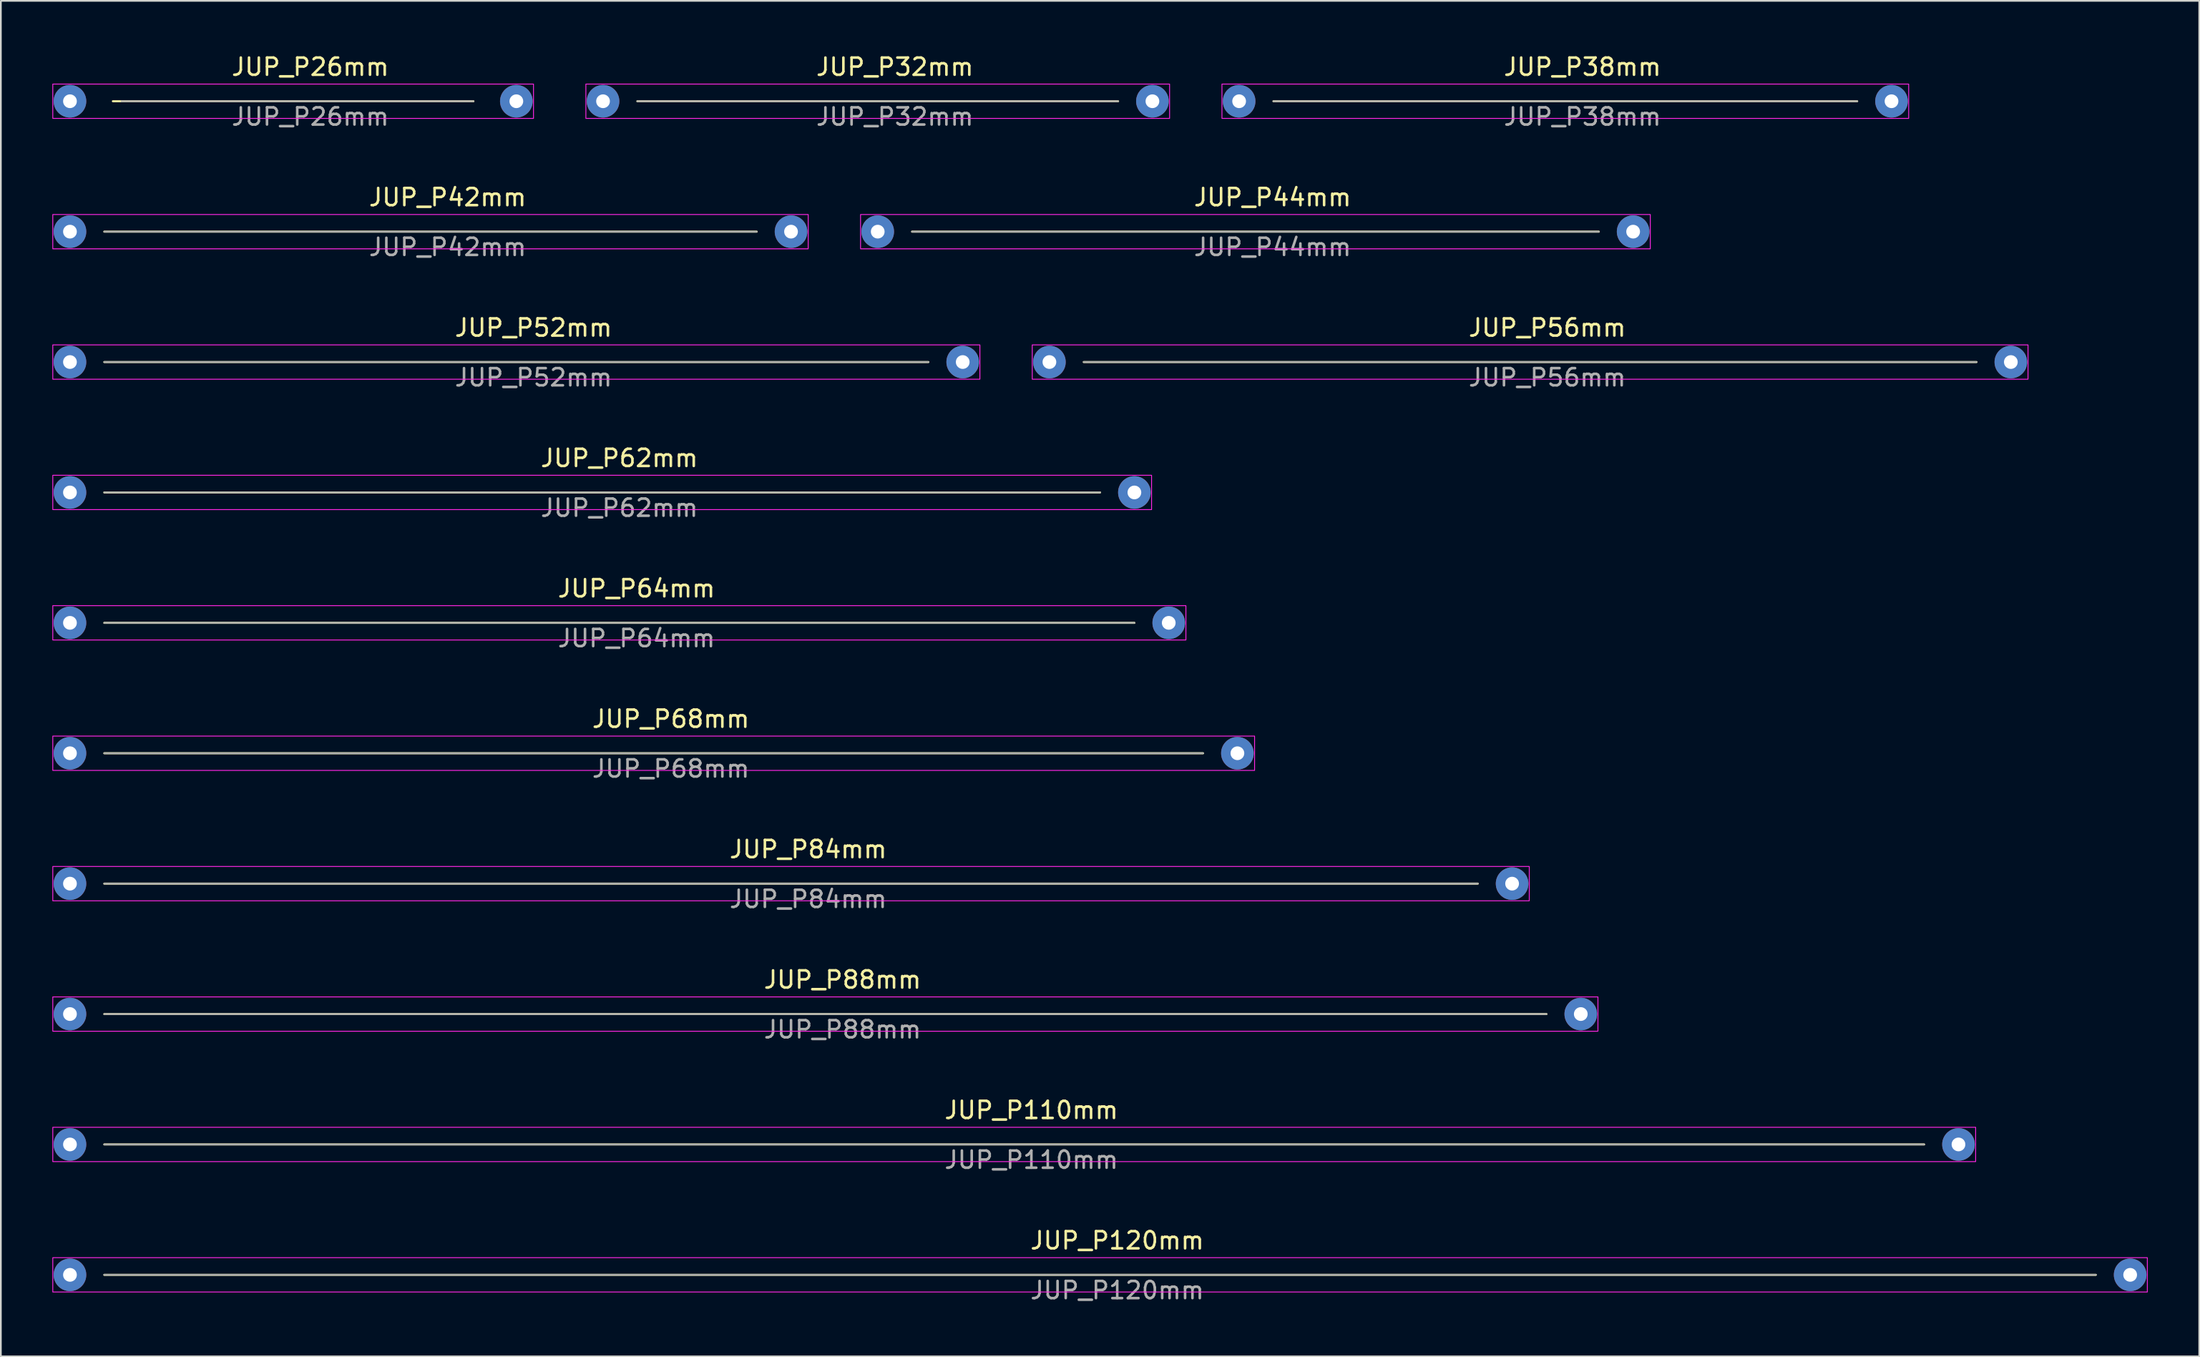
<source format=kicad_pcb>
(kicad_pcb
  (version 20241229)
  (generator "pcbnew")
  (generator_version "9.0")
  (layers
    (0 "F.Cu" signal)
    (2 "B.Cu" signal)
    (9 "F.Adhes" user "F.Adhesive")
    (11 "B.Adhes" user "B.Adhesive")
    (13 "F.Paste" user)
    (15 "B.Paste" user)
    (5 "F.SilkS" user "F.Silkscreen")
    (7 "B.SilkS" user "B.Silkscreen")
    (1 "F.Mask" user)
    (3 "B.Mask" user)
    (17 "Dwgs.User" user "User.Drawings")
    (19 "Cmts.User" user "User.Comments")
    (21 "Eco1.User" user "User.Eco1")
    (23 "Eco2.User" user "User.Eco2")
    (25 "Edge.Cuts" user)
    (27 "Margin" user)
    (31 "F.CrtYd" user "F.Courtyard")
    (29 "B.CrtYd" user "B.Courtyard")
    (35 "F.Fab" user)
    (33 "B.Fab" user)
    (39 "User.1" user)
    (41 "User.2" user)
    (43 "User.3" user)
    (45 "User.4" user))
  (footprint "JUP_P84mm"
    (layer "F.Cu")
    (at 43.025 48.427)
    (property "Reference" "JUP_P84mm" (at 1 -2 0) (unlocked yes) (layer "F.SilkS") (effects (font (size 1 1) (thickness 0.15))))
    (attr through_hole)
    (fp_line (start -40 0) (end 40 0) (stroke (width 0.12) (type solid)) (layer "F.SilkS"))
    (fp_rect (start -43 -1) (end 43 1) (stroke (width 0.05) (type solid)) (fill no) (layer "F.CrtYd"))
    (fp_line (start -40 0) (end 40 0) (stroke (width 0.1) (type solid)) (layer "F.Fab"))
    (fp_text user "${REFERENCE}" (at 1 0.9 0) (unlocked yes) (layer "F.Fab") (effects (font (size 1 1) (thickness 0.15))))
    (pad "1" thru_hole circle (at -42 0) (size 1.9 1.9) (drill 0.8) (layers "*.Cu" "*.Mask"))
    (pad "2" thru_hole circle (at 42 0) (size 1.9 1.9) (drill 0.8) (layers "*.Cu" "*.Mask")))
  (footprint "JUP_P110mm"
    (layer "F.Cu")
    (at 56.025 63.62)
    (property "Reference" "JUP_P110mm" (at 1 -2 0) (unlocked yes) (layer "F.SilkS") (effects (font (size 1 1) (thickness 0.15))))
    (attr through_hole)
    (fp_line (start -53 0) (end 53 0) (stroke (width 0.12) (type solid)) (layer "F.SilkS"))
    (fp_rect (start -56 -1) (end 56 1) (stroke (width 0.05) (type solid)) (fill no) (layer "F.CrtYd"))
    (fp_line (start -53 0) (end 53 0) (stroke (width 0.1) (type solid)) (layer "F.Fab"))
    (fp_text user "${REFERENCE}" (at 1 0.9 0) (unlocked yes) (layer "F.Fab") (effects (font (size 1 1) (thickness 0.15))))
    (pad "1" thru_hole circle (at -55 0) (size 1.9 1.9) (drill 0.8) (layers "*.Cu" "*.Mask"))
    (pad "2" thru_hole circle (at 55 0) (size 1.9 1.9) (drill 0.8) (layers "*.Cu" "*.Mask")))
  (footprint "JUP_P52mm"
    (layer "F.Cu")
    (at 27.025 18.041)
    (property "Reference" "JUP_P52mm" (at 1 -2 0) (unlocked yes) (layer "F.SilkS") (effects (font (size 1 1) (thickness 0.15))))
    (attr through_hole)
    (fp_line (start -24 0) (end 24 0) (stroke (width 0.12) (type solid)) (layer "F.SilkS"))
    (fp_rect (start -27 -1) (end 27 1) (stroke (width 0.05) (type solid)) (fill no) (layer "F.CrtYd"))
    (fp_line (start -24 0) (end 24 0) (stroke (width 0.1) (type solid)) (layer "F.Fab"))
    (fp_text user "${REFERENCE}" (at 1 0.9 0) (unlocked yes) (layer "F.Fab") (effects (font (size 1 1) (thickness 0.15))))
    (pad "1" thru_hole circle (at -26 0) (size 1.9 1.9) (drill 0.8) (layers "*.Cu" "*.Mask"))
    (pad "2" thru_hole circle (at 26 0) (size 1.9 1.9) (drill 0.8) (layers "*.Cu" "*.Mask")))
  (footprint "JUP_P42mm"
    (layer "F.Cu")
    (at 22.025 10.445)
    (property "Reference" "JUP_P42mm" (at 1 -2 0) (unlocked yes) (layer "F.SilkS") (effects (font (size 1 1) (thickness 0.15))))
    (attr through_hole)
    (fp_line (start -19 0) (end 19 0) (stroke (width 0.12) (type solid)) (layer "F.SilkS"))
    (fp_rect (start -22 -1) (end 22 1) (stroke (width 0.05) (type solid)) (fill no) (layer "F.CrtYd"))
    (fp_line (start -19 0) (end 19 0) (stroke (width 0.1) (type solid)) (layer "F.Fab"))
    (fp_text user "${REFERENCE}" (at 1 0.9 0) (unlocked yes) (layer "F.Fab") (effects (font (size 1 1) (thickness 0.15))))
    (pad "1" thru_hole circle (at -21 0) (size 1.9 1.9) (drill 0.8) (layers "*.Cu" "*.Mask"))
    (pad "2" thru_hole circle (at 21 0) (size 1.9 1.9) (drill 0.8) (layers "*.Cu" "*.Mask")))
  (footprint "JUP_P68mm"
    (layer "F.Cu")
    (at 35.025 40.831)
    (property "Reference" "JUP_P68mm" (at 1 -2 0) (unlocked yes) (layer "F.SilkS") (effects (font (size 1 1) (thickness 0.15))))
    (attr through_hole)
    (fp_line (start -32 0) (end 32 0) (stroke (width 0.12) (type solid)) (layer "F.SilkS"))
    (fp_rect (start -35 -1) (end 35 1) (stroke (width 0.05) (type solid)) (fill no) (layer "F.CrtYd"))
    (fp_line (start -32 0) (end 32 0) (stroke (width 0.1) (type solid)) (layer "F.Fab"))
    (fp_text user "${REFERENCE}" (at 1 0.9 0) (unlocked yes) (layer "F.Fab") (effects (font (size 1 1) (thickness 0.15))))
    (pad "1" thru_hole circle (at -34 0) (size 1.9 1.9) (drill 0.8) (layers "*.Cu" "*.Mask"))
    (pad "2" thru_hole circle (at 34 0) (size 1.9 1.9) (drill 0.8) (layers "*.Cu" "*.Mask")))
  (footprint "JUP_P88mm"
    (layer "F.Cu")
    (at 45.025 56.024)
    (property "Reference" "JUP_P88mm" (at 1 -2 0) (unlocked yes) (layer "F.SilkS") (effects (font (size 1 1) (thickness 0.15))))
    (attr through_hole)
    (fp_line (start -42 0) (end 42 0) (stroke (width 0.12) (type solid)) (layer "F.SilkS"))
    (fp_rect (start -45 -1) (end 45 1) (stroke (width 0.05) (type solid)) (fill no) (layer "F.CrtYd"))
    (fp_line (start -42 0) (end 42 0) (stroke (width 0.1) (type solid)) (layer "F.Fab"))
    (fp_text user "${REFERENCE}" (at 1 0.9 0) (unlocked yes) (layer "F.Fab") (effects (font (size 1 1) (thickness 0.15))))
    (pad "1" thru_hole circle (at -44 0) (size 1.9 1.9) (drill 0.8) (layers "*.Cu" "*.Mask"))
    (pad "2" thru_hole circle (at 44 0) (size 1.9 1.9) (drill 0.8) (layers "*.Cu" "*.Mask")))
  (footprint "JUP_P38mm"
    (layer "F.Cu")
    (at 88.125 2.848)
    (property "Reference" "JUP_P38mm" (at 1 -2 0) (unlocked yes) (layer "F.SilkS") (effects (font (size 1 1) (thickness 0.15))))
    (attr through_hole)
    (fp_line (start -17 0) (end 17 0) (stroke (width 0.12) (type solid)) (layer "F.SilkS"))
    (fp_rect (start -20 -1) (end 20 1) (stroke (width 0.05) (type solid)) (fill no) (layer "F.CrtYd"))
    (fp_line (start -17 0) (end 17 0) (stroke (width 0.1) (type solid)) (layer "F.Fab"))
    (fp_text user "${REFERENCE}" (at 1 0.9 0) (unlocked yes) (layer "F.Fab") (effects (font (size 1 1) (thickness 0.15))))
    (pad "1" thru_hole circle (at -19 0) (size 1.9 1.9) (drill 0.8) (layers "*.Cu" "*.Mask"))
    (pad "2" thru_hole circle (at 19 0) (size 1.9 1.9) (drill 0.8) (layers "*.Cu" "*.Mask")))
  (footprint "JUP_P32mm"
    (layer "F.Cu")
    (at 48.075 2.848)
    (property "Reference" "JUP_P32mm" (at 1 -2 0) (unlocked yes) (layer "F.SilkS") (effects (font (size 1 1) (thickness 0.15))))
    (attr through_hole)
    (fp_line (start -14 0) (end 14 0) (stroke (width 0.12) (type solid)) (layer "F.SilkS"))
    (fp_rect (start -17 -1) (end 17 1) (stroke (width 0.05) (type solid)) (fill no) (layer "F.CrtYd"))
    (fp_line (start -14 0) (end 14 0) (stroke (width 0.1) (type solid)) (layer "F.Fab"))
    (fp_text user "${REFERENCE}" (at 1 0.9 0) (unlocked yes) (layer "F.Fab") (effects (font (size 1 1) (thickness 0.15))))
    (pad "1" thru_hole circle (at -16 0) (size 1.9 1.9) (drill 0.8) (layers "*.Cu" "*.Mask"))
    (pad "2" thru_hole circle (at 16 0) (size 1.9 1.9) (drill 0.8) (layers "*.Cu" "*.Mask")))
  (footprint "JUP_P120mm"
    (layer "F.Cu")
    (at 61.025 71.217)
    (property "Reference" "JUP_P120mm" (at 1 -2 0) (unlocked yes) (layer "F.SilkS") (effects (font (size 1 1) (thickness 0.15))))
    (attr through_hole)
    (fp_line (start -58 0) (end 58 0) (stroke (width 0.12) (type solid)) (layer "F.SilkS"))
    (fp_rect (start -61 -1) (end 61 1) (stroke (width 0.05) (type solid)) (fill no) (layer "F.CrtYd"))
    (fp_line (start -58 0) (end 58 0) (stroke (width 0.1) (type solid)) (layer "F.Fab"))
    (fp_text user "${REFERENCE}" (at 1 0.9 0) (unlocked yes) (layer "F.Fab") (effects (font (size 1 1) (thickness 0.15))))
    (pad "1" thru_hole circle (at -60 0) (size 1.9 1.9) (drill 0.8) (layers "*.Cu" "*.Mask"))
    (pad "2" thru_hole circle (at 60 0) (size 1.9 1.9) (drill 0.8) (layers "*.Cu" "*.Mask")))
  (footprint "JUP_P62mm"
    (layer "F.Cu")
    (at 32.025 25.638)
    (property "Reference" "JUP_P62mm" (at 1 -2 0) (unlocked yes) (layer "F.SilkS") (effects (font (size 1 1) (thickness 0.15))))
    (attr through_hole)
    (fp_line (start -29 0) (end 29 0) (stroke (width 0.12) (type solid)) (layer "F.SilkS"))
    (fp_rect (start -32 -1) (end 32 1) (stroke (width 0.05) (type solid)) (fill no) (layer "F.CrtYd"))
    (fp_line (start -29 0) (end 29 0) (stroke (width 0.1) (type solid)) (layer "F.Fab"))
    (fp_text user "${REFERENCE}" (at 1 0.9 0) (unlocked yes) (layer "F.Fab") (effects (font (size 1 1) (thickness 0.15))))
    (pad "1" thru_hole circle (at -31 0) (size 1.9 1.9) (drill 0.8) (layers "*.Cu" "*.Mask"))
    (pad "2" thru_hole circle (at 31 0) (size 1.9 1.9) (drill 0.8) (layers "*.Cu" "*.Mask")))
  (footprint "JUP_P64mm"
    (layer "F.Cu")
    (at 33.025 33.234)
    (property "Reference" "JUP_P64mm" (at 1 -2 0) (unlocked yes) (layer "F.SilkS") (effects (font (size 1 1) (thickness 0.15))))
    (attr through_hole)
    (fp_line (start -30 0) (end 30 0) (stroke (width 0.12) (type solid)) (layer "F.SilkS"))
    (fp_rect (start -33 -1) (end 33 1) (stroke (width 0.05) (type solid)) (fill no) (layer "F.CrtYd"))
    (fp_line (start -30 0) (end 30 0) (stroke (width 0.1) (type solid)) (layer "F.Fab"))
    (fp_text user "${REFERENCE}" (at 1 0.9 0) (unlocked yes) (layer "F.Fab") (effects (font (size 1 1) (thickness 0.15))))
    (pad "1" thru_hole circle (at -32 0) (size 1.9 1.9) (drill 0.8) (layers "*.Cu" "*.Mask"))
    (pad "2" thru_hole circle (at 32 0) (size 1.9 1.9) (drill 0.8) (layers "*.Cu" "*.Mask")))
  (footprint "JUP_P56mm"
    (layer "F.Cu")
    (at 86.075 18.041)
    (property "Reference" "JUP_P56mm" (at 1 -2 0) (unlocked yes) (layer "F.SilkS") (effects (font (size 1 1) (thickness 0.15))))
    (attr through_hole)
    (fp_line (start -26 0) (end 26 0) (stroke (width 0.12) (type solid)) (layer "F.SilkS"))
    (fp_rect (start -29 -1) (end 29 1) (stroke (width 0.05) (type solid)) (fill no) (layer "F.CrtYd"))
    (fp_line (start -26 0) (end 26 0) (stroke (width 0.1) (type solid)) (layer "F.Fab"))
    (fp_text user "${REFERENCE}" (at 1 0.9 0) (unlocked yes) (layer "F.Fab") (effects (font (size 1 1) (thickness 0.15))))
    (pad "1" thru_hole circle (at -28 0) (size 1.9 1.9) (drill 0.8) (layers "*.Cu" "*.Mask"))
    (pad "2" thru_hole circle (at 28 0) (size 1.9 1.9) (drill 0.8) (layers "*.Cu" "*.Mask")))
  (footprint "JUP_P26mm"
    (layer "F.Cu")
    (at 14.025 2.848)
    (property "Reference" "JUP_P26mm" (at 1 -2 0) (unlocked yes) (layer "F.SilkS") (effects (font (size 1 1) (thickness 0.15))))
    (attr through_hole)
    (fp_line (start -10.5 0) (end 10.5 0) (stroke (width 0.12) (type solid)) (layer "F.SilkS"))
    (fp_rect (start -14 -1) (end 14 1) (stroke (width 0.05) (type solid)) (fill no) (layer "F.CrtYd"))
    (fp_line (start -10 0) (end 10.5 0) (stroke (width 0.1) (type solid)) (layer "F.Fab"))
    (fp_text user "${REFERENCE}" (at 1 0.9 0) (unlocked yes) (layer "F.Fab") (effects (font (size 1 1) (thickness 0.15))))
    (pad "1" thru_hole circle (at -13 0) (size 1.9 1.9) (drill 0.8) (layers "*.Cu" "*.Mask"))
    (pad "2" thru_hole circle (at 13 0) (size 1.9 1.9) (drill 0.8) (layers "*.Cu" "*.Mask")))
  (footprint "JUP_P44mm"
    (layer "F.Cu")
    (at 70.075 10.445)
    (property "Reference" "JUP_P44mm" (at 1 -2 0) (unlocked yes) (layer "F.SilkS") (effects (font (size 1 1) (thickness 0.15))))
    (attr through_hole)
    (fp_line (start -20 0) (end 20 0) (stroke (width 0.12) (type solid)) (layer "F.SilkS"))
    (fp_rect (start -23 -1) (end 23 1) (stroke (width 0.05) (type solid)) (fill no) (layer "F.CrtYd"))
    (fp_line (start -20 0) (end 20 0) (stroke (width 0.1) (type solid)) (layer "F.Fab"))
    (fp_text user "${REFERENCE}" (at 1 0.9 0) (unlocked yes) (layer "F.Fab") (effects (font (size 1 1) (thickness 0.15))))
    (pad "1" thru_hole circle (at -22 0) (size 1.9 1.9) (drill 0.8) (layers "*.Cu" "*.Mask"))
    (pad "2" thru_hole circle (at 22 0) (size 1.9 1.9) (drill 0.8) (layers "*.Cu" "*.Mask")))
  (gr_rect
    (start -3 -3)
    (end 125.05 75.965)
    (stroke (width 0.1) (type default))
    (fill no)
    (layer "Edge.Cuts")))
</source>
